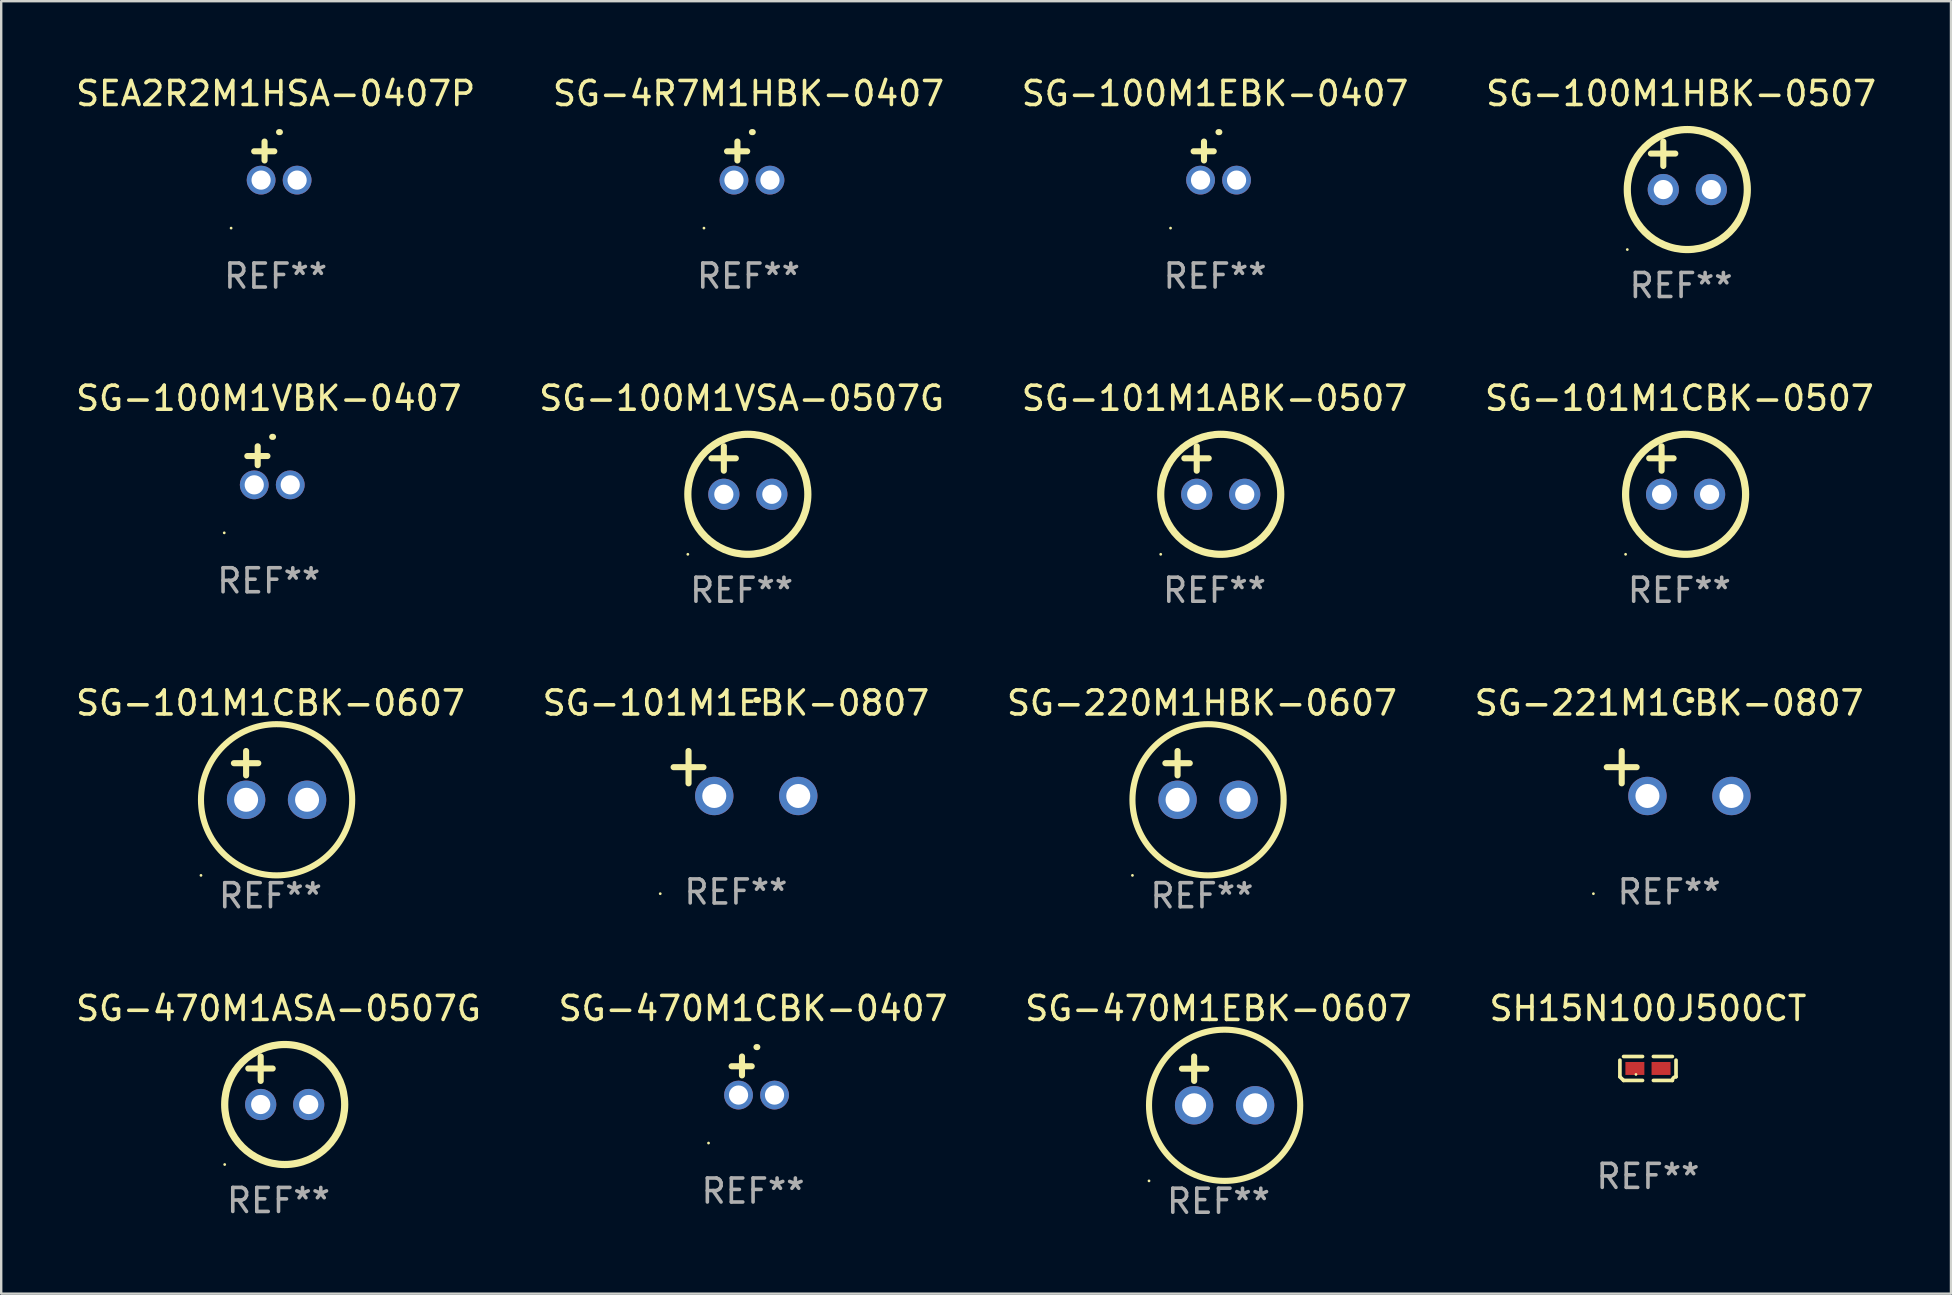
<source format=kicad_pcb>
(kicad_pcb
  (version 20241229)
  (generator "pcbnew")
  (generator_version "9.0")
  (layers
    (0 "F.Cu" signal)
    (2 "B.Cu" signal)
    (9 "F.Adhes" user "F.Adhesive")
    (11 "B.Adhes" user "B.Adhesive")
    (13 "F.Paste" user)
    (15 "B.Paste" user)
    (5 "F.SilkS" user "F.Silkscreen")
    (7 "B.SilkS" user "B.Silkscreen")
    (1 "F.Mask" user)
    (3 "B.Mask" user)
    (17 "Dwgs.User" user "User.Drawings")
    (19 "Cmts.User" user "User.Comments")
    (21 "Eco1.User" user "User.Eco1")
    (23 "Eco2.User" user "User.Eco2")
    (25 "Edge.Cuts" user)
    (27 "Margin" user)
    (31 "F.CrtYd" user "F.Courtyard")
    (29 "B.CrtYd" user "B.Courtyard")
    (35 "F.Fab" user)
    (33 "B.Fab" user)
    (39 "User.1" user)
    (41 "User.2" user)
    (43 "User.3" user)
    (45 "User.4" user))
  (footprint "SG-100M1VBK-0407"
    (layer "F.Cu")
    (at 8.149 16.348)
    (property "Reference" "SG-100M1VBK-0407" (at 0 -2.803 0) (layer "F.SilkS") (effects (font (size 1 1) (thickness 0.15))))
    (attr through_hole)
    (fp_line (start -0.462 -0.016) (end -0.462 -0.803) (stroke (width 0.254) (type solid)) (layer "F.SilkS"))
    (fp_line (start -0.056 -0.397) (end -0.894 -0.397) (stroke (width 0.254) (type solid)) (layer "F.SilkS"))
    (fp_arc (start 0.142799 -1.195784) (mid 0.159309 -1.195852) (end 0.175819 -1.195784) (stroke (width 0.254001) (type solid)) (layer "F.SilkS"))
    (fp_circle (center -1.856 2.803) (end -1.826 2.803) (stroke (width 0.06) (type solid)) (fill no) (layer "F.SilkS"))
    (fp_text user "REF**" (at 0 4.803 0) (layer "F.Fab") (effects (font (size 1 1) (thickness 0.15))))
    (pad "1" thru_hole circle (at -0.606 0.803) (size 1.2 1.2) (drill 0.8) (layers "*.Cu" "*.Mask"))
    (pad "2" thru_hole circle (at 0.894 0.803) (size 1.2 1.2) (drill 0.8) (layers "*.Cu" "*.Mask")))
  (footprint "SG-220M1HBK-0607"
    (layer "F.Cu")
    (at 47.03 29.257)
    (property "Reference" "SG-220M1HBK-0607" (at 0 -3.016 0) (layer "F.SilkS") (effects (font (size 1 1) (thickness 0.15))))
    (attr through_hole)
    (fp_line (start -1.524 -0.508) (end -0.508 -0.508) (stroke (width 0.254) (type solid)) (layer "F.SilkS"))
    (fp_line (start -1.016 -1.016) (end -1.016 0) (stroke (width 0.254) (type solid)) (layer "F.SilkS"))
    (fp_circle (center -2.896 4.166) (end -2.866 4.166) (stroke (width 0.06) (type solid)) (fill no) (layer "F.SilkS"))
    (fp_circle (center 0.254 1.016) (end 3.404 1.016) (stroke (width 0.254) (type solid)) (fill no) (layer "F.SilkS"))
    (fp_text user "REF**" (at 0 5.016 0) (layer "F.Fab") (effects (font (size 1 1) (thickness 0.15))))
    (pad "1" thru_hole circle (at -1.016 1.016) (size 1.6 1.6) (drill 1) (layers "*.Cu" "*.Mask"))
    (pad "2" thru_hole circle (at 1.524 1.016) (size 1.6 1.6) (drill 1) (layers "*.Cu" "*.Mask")))
  (footprint "SH15N100J500CT"
    (layer "F.Cu")
    (at 65.613 41.468)
    (property "Reference" "SH15N100J500CT" (at 0 -2.499 0) (layer "F.SilkS") (effects (font (size 1 1) (thickness 0.15))))
    (attr through_hole)
    (fp_line (start -1.169 0.346) (end -1.169 -0.346) (stroke (width 0.152) (type solid)) (layer "F.SilkS"))
    (fp_line (start -1.016 -0.499) (end -0.226 -0.499) (stroke (width 0.152) (type solid)) (layer "F.SilkS"))
    (fp_line (start -0.226 0.499) (end -1.016 0.499) (stroke (width 0.152) (type solid)) (layer "F.SilkS"))
    (fp_line (start 0.226 0.499) (end 1.016 0.499) (stroke (width 0.152) (type solid)) (layer "F.SilkS"))
    (fp_line (start 1.016 -0.499) (end 0.226 -0.499) (stroke (width 0.152) (type solid)) (layer "F.SilkS"))
    (fp_line (start 1.169 0.346) (end 1.169 -0.346) (stroke (width 0.152) (type solid)) (layer "F.SilkS"))
    (fp_arc (start -1.016307 0.498603) (mid -1.092512 0.422405) (end -1.16871 0.3462) (stroke (width 0.1524) (type solid)) (layer "F.SilkS"))
    (fp_arc (start 1.016307 0.498603) (mid 1.060899 0.390758) (end 1.168707 0.346076) (stroke (width 0.1524) (type solid)) (layer "F.SilkS"))
    (fp_circle (center -0.5 0.25) (end -0.47 0.25) (stroke (width 0.06) (type solid)) (fill no) (layer "F.SilkS"))
    (fp_text user "REF**" (at 0 4.499 0) (layer "F.Fab") (effects (font (size 1 1) (thickness 0.15))))
    (pad "1" smd rect (at -0.545 0) (size 0.79 0.54) (layers "F.Cu" "F.Mask" "F.Paste"))
    (pad "2" smd rect (at 0.545 0) (size 0.79 0.54) (layers "F.Cu" "F.Mask" "F.Paste")))
  (footprint "SG-100M1HBK-0507"
    (layer "F.Cu")
    (at 66.994 3.848)
    (property "Reference" "SG-100M1HBK-0507" (at 0 -3 0) (layer "F.SilkS") (effects (font (size 1 1) (thickness 0.15))))
    (attr through_hole)
    (fp_line (start -1.258 -0.5) (end -0.242 -0.5) (stroke (width 0.254) (type solid)) (layer "F.SilkS"))
    (fp_line (start -0.742 -1) (end -0.742 0.016) (stroke (width 0.254) (type solid)) (layer "F.SilkS"))
    (fp_circle (center -2.242 3.5) (end -2.212 3.5) (stroke (width 0.06) (type solid)) (fill no) (layer "F.SilkS"))
    (fp_circle (center 0.258 1) (end 2.758 1) (stroke (width 0.3) (type solid)) (fill no) (layer "F.SilkS"))
    (fp_text user "REF**" (at 0 5 0) (layer "F.Fab") (effects (font (size 1 1) (thickness 0.15))))
    (pad "1" thru_hole circle (at -0.742 1) (size 1.3 1.3) (drill 0.8) (layers "*.Cu" "*.Mask"))
    (pad "2" thru_hole circle (at 1.258 1) (size 1.3 1.3) (drill 0.8) (layers "*.Cu" "*.Mask")))
  (footprint "SG-101M1ABK-0507"
    (layer "F.Cu")
    (at 47.554 16.545)
    (property "Reference" "SG-101M1ABK-0507" (at 0 -3 0) (layer "F.SilkS") (effects (font (size 1 1) (thickness 0.15))))
    (attr through_hole)
    (fp_line (start -1.258 -0.5) (end -0.242 -0.5) (stroke (width 0.254) (type solid)) (layer "F.SilkS"))
    (fp_line (start -0.742 -1) (end -0.742 0.016) (stroke (width 0.254) (type solid)) (layer "F.SilkS"))
    (fp_circle (center -2.242 3.5) (end -2.212 3.5) (stroke (width 0.06) (type solid)) (fill no) (layer "F.SilkS"))
    (fp_circle (center 0.258 1) (end 2.758 1) (stroke (width 0.3) (type solid)) (fill no) (layer "F.SilkS"))
    (fp_text user "REF**" (at 0 5 0) (layer "F.Fab") (effects (font (size 1 1) (thickness 0.15))))
    (pad "1" thru_hole circle (at -0.742 1) (size 1.3 1.3) (drill 0.8) (layers "*.Cu" "*.Mask"))
    (pad "2" thru_hole circle (at 1.258 1) (size 1.3 1.3) (drill 0.8) (layers "*.Cu" "*.Mask")))
  (footprint "SG-470M1CBK-0407"
    (layer "F.Cu")
    (at 28.327 41.773)
    (property "Reference" "SG-470M1CBK-0407" (at 0 -2.803 0) (layer "F.SilkS") (effects (font (size 1 1) (thickness 0.15))))
    (attr through_hole)
    (fp_line (start -0.462 -0.016) (end -0.462 -0.803) (stroke (width 0.254) (type solid)) (layer "F.SilkS"))
    (fp_line (start -0.056 -0.397) (end -0.894 -0.397) (stroke (width 0.254) (type solid)) (layer "F.SilkS"))
    (fp_arc (start 0.142799 -1.195784) (mid 0.159309 -1.195852) (end 0.175819 -1.195784) (stroke (width 0.254001) (type solid)) (layer "F.SilkS"))
    (fp_circle (center -1.856 2.803) (end -1.826 2.803) (stroke (width 0.06) (type solid)) (fill no) (layer "F.SilkS"))
    (fp_text user "REF**" (at 0 4.803 0) (layer "F.Fab") (effects (font (size 1 1) (thickness 0.15))))
    (pad "1" thru_hole circle (at -0.606 0.803) (size 1.2 1.2) (drill 0.8) (layers "*.Cu" "*.Mask"))
    (pad "2" thru_hole circle (at 0.894 0.803) (size 1.2 1.2) (drill 0.8) (layers "*.Cu" "*.Mask")))
  (footprint "SG-100M1VSA-0507G"
    (layer "F.Cu")
    (at 27.851 16.545)
    (property "Reference" "SG-100M1VSA-0507G" (at 0 -3 0) (layer "F.SilkS") (effects (font (size 1 1) (thickness 0.15))))
    (attr through_hole)
    (fp_line (start -1.258 -0.5) (end -0.242 -0.5) (stroke (width 0.254) (type solid)) (layer "F.SilkS"))
    (fp_line (start -0.742 -1) (end -0.742 0.016) (stroke (width 0.254) (type solid)) (layer "F.SilkS"))
    (fp_circle (center -2.242 3.5) (end -2.212 3.5) (stroke (width 0.06) (type solid)) (fill no) (layer "F.SilkS"))
    (fp_circle (center 0.258 1) (end 2.758 1) (stroke (width 0.3) (type solid)) (fill no) (layer "F.SilkS"))
    (fp_text user "REF**" (at 0 5 0) (layer "F.Fab") (effects (font (size 1 1) (thickness 0.15))))
    (pad "1" thru_hole circle (at -0.742 1) (size 1.3 1.3) (drill 0.8) (layers "*.Cu" "*.Mask"))
    (pad "2" thru_hole circle (at 1.258 1) (size 1.3 1.3) (drill 0.8) (layers "*.Cu" "*.Mask")))
  (footprint "SG-470M1ASA-0507G"
    (layer "F.Cu")
    (at 8.554 41.97)
    (property "Reference" "SG-470M1ASA-0507G" (at 0 -3 0) (layer "F.SilkS") (effects (font (size 1 1) (thickness 0.15))))
    (attr through_hole)
    (fp_line (start -1.258 -0.5) (end -0.242 -0.5) (stroke (width 0.254) (type solid)) (layer "F.SilkS"))
    (fp_line (start -0.742 -1) (end -0.742 0.016) (stroke (width 0.254) (type solid)) (layer "F.SilkS"))
    (fp_circle (center -2.242 3.5) (end -2.212 3.5) (stroke (width 0.06) (type solid)) (fill no) (layer "F.SilkS"))
    (fp_circle (center 0.258 1) (end 2.758 1) (stroke (width 0.3) (type solid)) (fill no) (layer "F.SilkS"))
    (fp_text user "REF**" (at 0 5 0) (layer "F.Fab") (effects (font (size 1 1) (thickness 0.15))))
    (pad "1" thru_hole circle (at -0.742 1) (size 1.3 1.3) (drill 0.8) (layers "*.Cu" "*.Mask"))
    (pad "2" thru_hole circle (at 1.258 1) (size 1.3 1.3) (drill 0.8) (layers "*.Cu" "*.Mask")))
  (footprint "SG-470M1EBK-0607"
    (layer "F.Cu")
    (at 47.72 41.986)
    (property "Reference" "SG-470M1EBK-0607" (at 0 -3.016 0) (layer "F.SilkS") (effects (font (size 1 1) (thickness 0.15))))
    (attr through_hole)
    (fp_line (start -1.524 -0.508) (end -0.508 -0.508) (stroke (width 0.254) (type solid)) (layer "F.SilkS"))
    (fp_line (start -1.016 -1.016) (end -1.016 0) (stroke (width 0.254) (type solid)) (layer "F.SilkS"))
    (fp_circle (center -2.896 4.166) (end -2.866 4.166) (stroke (width 0.06) (type solid)) (fill no) (layer "F.SilkS"))
    (fp_circle (center 0.254 1.016) (end 3.404 1.016) (stroke (width 0.254) (type solid)) (fill no) (layer "F.SilkS"))
    (fp_text user "REF**" (at 0 5.016 0) (layer "F.Fab") (effects (font (size 1 1) (thickness 0.15))))
    (pad "1" thru_hole circle (at -1.016 1.016) (size 1.6 1.6) (drill 1) (layers "*.Cu" "*.Mask"))
    (pad "2" thru_hole circle (at 1.524 1.016) (size 1.6 1.6) (drill 1) (layers "*.Cu" "*.Mask")))
  (footprint "SG-101M1EBK-0807"
    (layer "F.Cu")
    (at 27.613 29.178)
    (property "Reference" "SG-101M1EBK-0807" (at 0 -2.937 0) (layer "F.SilkS") (effects (font (size 1 1) (thickness 0.15))))
    (attr through_hole)
    (fp_line (start -1.975 0.41) (end -1.975 -0.937) (stroke (width 0.254) (type solid)) (layer "F.SilkS"))
    (fp_line (start -1.353 -0.263) (end -2.597 -0.263) (stroke (width 0.254) (type solid)) (layer "F.SilkS"))
    (fp_arc (start 0.849809 -3.063957) (mid 0.885369 -3.064114) (end 0.920929 -3.063957) (stroke (width 0.254001) (type solid)) (layer "F.SilkS"))
    (fp_circle (center -3.154 5.008) (end -3.124 5.008) (stroke (width 0.06) (type solid)) (fill no) (layer "F.SilkS"))
    (fp_text user "REF**" (at 0 4.937 0) (layer "F.Fab") (effects (font (size 1 1) (thickness 0.15))))
    (pad "1" thru_hole circle (at -0.903 0.937) (size 1.6 1.6) (drill 1) (layers "*.Cu" "*.Mask"))
    (pad "2" thru_hole circle (at 2.597 0.937) (size 1.6 1.6) (drill 1) (layers "*.Cu" "*.Mask")))
  (footprint "SG-101M1CBK-0507"
    (layer "F.Cu")
    (at 66.923 16.545)
    (property "Reference" "SG-101M1CBK-0507" (at 0 -3 0) (layer "F.SilkS") (effects (font (size 1 1) (thickness 0.15))))
    (attr through_hole)
    (fp_line (start -1.258 -0.5) (end -0.242 -0.5) (stroke (width 0.254) (type solid)) (layer "F.SilkS"))
    (fp_line (start -0.742 -1) (end -0.742 0.016) (stroke (width 0.254) (type solid)) (layer "F.SilkS"))
    (fp_circle (center -2.242 3.5) (end -2.212 3.5) (stroke (width 0.06) (type solid)) (fill no) (layer "F.SilkS"))
    (fp_circle (center 0.258 1) (end 2.758 1) (stroke (width 0.3) (type solid)) (fill no) (layer "F.SilkS"))
    (fp_text user "REF**" (at 0 5 0) (layer "F.Fab") (effects (font (size 1 1) (thickness 0.15))))
    (pad "1" thru_hole circle (at -0.742 1) (size 1.3 1.3) (drill 0.8) (layers "*.Cu" "*.Mask"))
    (pad "2" thru_hole circle (at 1.258 1) (size 1.3 1.3) (drill 0.8) (layers "*.Cu" "*.Mask")))
  (footprint "SEA2R2M1HSA-0407P"
    (layer "F.Cu")
    (at 8.435 3.651)
    (property "Reference" "SEA2R2M1HSA-0407P" (at 0 -2.803 0) (layer "F.SilkS") (effects (font (size 1 1) (thickness 0.15))))
    (attr through_hole)
    (fp_line (start -0.462 -0.016) (end -0.462 -0.803) (stroke (width 0.254) (type solid)) (layer "F.SilkS"))
    (fp_line (start -0.056 -0.397) (end -0.894 -0.397) (stroke (width 0.254) (type solid)) (layer "F.SilkS"))
    (fp_arc (start 0.142799 -1.195784) (mid 0.159309 -1.195852) (end 0.175819 -1.195784) (stroke (width 0.254001) (type solid)) (layer "F.SilkS"))
    (fp_circle (center -1.856 2.803) (end -1.826 2.803) (stroke (width 0.06) (type solid)) (fill no) (layer "F.SilkS"))
    (fp_text user "REF**" (at 0 4.803 0) (layer "F.Fab") (effects (font (size 1 1) (thickness 0.15))))
    (pad "1" thru_hole circle (at -0.606 0.803) (size 1.2 1.2) (drill 0.8) (layers "*.Cu" "*.Mask"))
    (pad "2" thru_hole circle (at 0.894 0.803) (size 1.2 1.2) (drill 0.8) (layers "*.Cu" "*.Mask")))
  (footprint "SG-101M1CBK-0607"
    (layer "F.Cu")
    (at 8.22 29.257)
    (property "Reference" "SG-101M1CBK-0607" (at 0 -3.016 0) (layer "F.SilkS") (effects (font (size 1 1) (thickness 0.15))))
    (attr through_hole)
    (fp_line (start -1.524 -0.508) (end -0.508 -0.508) (stroke (width 0.254) (type solid)) (layer "F.SilkS"))
    (fp_line (start -1.016 -1.016) (end -1.016 0) (stroke (width 0.254) (type solid)) (layer "F.SilkS"))
    (fp_circle (center -2.896 4.166) (end -2.866 4.166) (stroke (width 0.06) (type solid)) (fill no) (layer "F.SilkS"))
    (fp_circle (center 0.254 1.016) (end 3.404 1.016) (stroke (width 0.254) (type solid)) (fill no) (layer "F.SilkS"))
    (fp_text user "REF**" (at 0 5.016 0) (layer "F.Fab") (effects (font (size 1 1) (thickness 0.15))))
    (pad "1" thru_hole circle (at -1.016 1.016) (size 1.6 1.6) (drill 1) (layers "*.Cu" "*.Mask"))
    (pad "2" thru_hole circle (at 1.524 1.016) (size 1.6 1.6) (drill 1) (layers "*.Cu" "*.Mask")))
  (footprint "SG-221M1CBK-0807"
    (layer "F.Cu")
    (at 66.494 29.178)
    (property "Reference" "SG-221M1CBK-0807" (at 0 -2.937 0) (layer "F.SilkS") (effects (font (size 1 1) (thickness 0.15))))
    (attr through_hole)
    (fp_line (start -1.975 0.41) (end -1.975 -0.937) (stroke (width 0.254) (type solid)) (layer "F.SilkS"))
    (fp_line (start -1.353 -0.263) (end -2.597 -0.263) (stroke (width 0.254) (type solid)) (layer "F.SilkS"))
    (fp_arc (start 0.849809 -3.063957) (mid 0.885369 -3.064114) (end 0.920929 -3.063957) (stroke (width 0.254001) (type solid)) (layer "F.SilkS"))
    (fp_circle (center -3.154 5.008) (end -3.124 5.008) (stroke (width 0.06) (type solid)) (fill no) (layer "F.SilkS"))
    (fp_text user "REF**" (at 0 4.937 0) (layer "F.Fab") (effects (font (size 1 1) (thickness 0.15))))
    (pad "1" thru_hole circle (at -0.903 0.937) (size 1.6 1.6) (drill 1) (layers "*.Cu" "*.Mask"))
    (pad "2" thru_hole circle (at 2.597 0.937) (size 1.6 1.6) (drill 1) (layers "*.Cu" "*.Mask")))
  (footprint "SG-100M1EBK-0407"
    (layer "F.Cu")
    (at 47.577 3.651)
    (property "Reference" "SG-100M1EBK-0407" (at 0 -2.803 0) (layer "F.SilkS") (effects (font (size 1 1) (thickness 0.15))))
    (attr through_hole)
    (fp_line (start -0.462 -0.016) (end -0.462 -0.803) (stroke (width 0.254) (type solid)) (layer "F.SilkS"))
    (fp_line (start -0.056 -0.397) (end -0.894 -0.397) (stroke (width 0.254) (type solid)) (layer "F.SilkS"))
    (fp_arc (start 0.142799 -1.195784) (mid 0.159309 -1.195852) (end 0.175819 -1.195784) (stroke (width 0.254001) (type solid)) (layer "F.SilkS"))
    (fp_circle (center -1.856 2.803) (end -1.826 2.803) (stroke (width 0.06) (type solid)) (fill no) (layer "F.SilkS"))
    (fp_text user "REF**" (at 0 4.803 0) (layer "F.Fab") (effects (font (size 1 1) (thickness 0.15))))
    (pad "1" thru_hole circle (at -0.606 0.803) (size 1.2 1.2) (drill 0.8) (layers "*.Cu" "*.Mask"))
    (pad "2" thru_hole circle (at 0.894 0.803) (size 1.2 1.2) (drill 0.8) (layers "*.Cu" "*.Mask")))
  (footprint "SG-4R7M1HBK-0407"
    (layer "F.Cu")
    (at 28.137 3.651)
    (property "Reference" "SG-4R7M1HBK-0407" (at 0 -2.803 0) (layer "F.SilkS") (effects (font (size 1 1) (thickness 0.15))))
    (attr through_hole)
    (fp_line (start -0.462 -0.016) (end -0.462 -0.803) (stroke (width 0.254) (type solid)) (layer "F.SilkS"))
    (fp_line (start -0.056 -0.397) (end -0.894 -0.397) (stroke (width 0.254) (type solid)) (layer "F.SilkS"))
    (fp_arc (start 0.142799 -1.195784) (mid 0.159309 -1.195852) (end 0.175819 -1.195784) (stroke (width 0.254001) (type solid)) (layer "F.SilkS"))
    (fp_circle (center -1.856 2.803) (end -1.826 2.803) (stroke (width 0.06) (type solid)) (fill no) (layer "F.SilkS"))
    (fp_text user "REF**" (at 0 4.803 0) (layer "F.Fab") (effects (font (size 1 1) (thickness 0.15))))
    (pad "1" thru_hole circle (at -0.606 0.803) (size 1.2 1.2) (drill 0.8) (layers "*.Cu" "*.Mask"))
    (pad "2" thru_hole circle (at 0.894 0.803) (size 1.2 1.2) (drill 0.8) (layers "*.Cu" "*.Mask")))
  (gr_rect
    (start -3 -3)
    (end 78.238 50.85)
    (stroke (width 0.1) (type default))
    (fill no)
    (layer "Edge.Cuts")))
</source>
